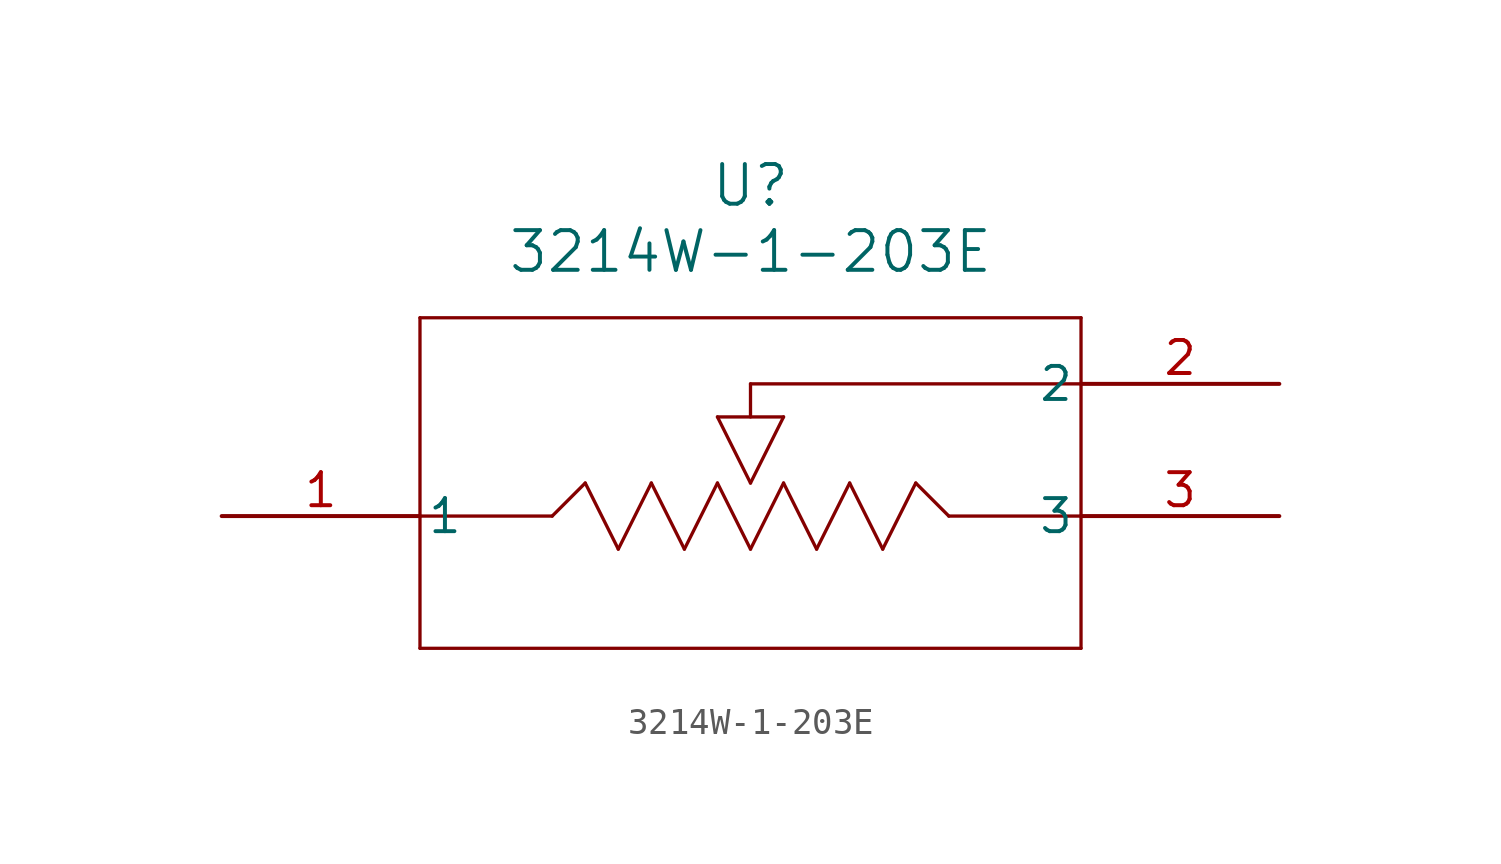
<source format=kicad_sym>
(kicad_symbol_lib
  (version 20220914)
  (generator kicad_symbol_editor)
  (symbol "3214W-1-203E"
    (pin_names
      (offset 0.254))
    (property "Reference" "U"
      (at 20.32 12.7 0)
      (effects (font (size 1.524 1.524))))
    (property "Value" "3214W-1-203E"
      (at 20.32 10.16 0)
      (effects (font (size 1.524 1.524))))
    (symbol "3214W-1-203E_0_1"
      (polyline (pts (xy 7.62 -5.08) (xy 33.02 -5.08)) (stroke (width 0.127) (type default)) (fill (type none)))
      (polyline (pts (xy 7.62 0) (xy 12.7 0)) (stroke (width 0.127) (type default)) (fill (type none)))
      (polyline (pts (xy 7.62 7.62) (xy 7.62 -5.08)) (stroke (width 0.127) (type default)) (fill (type none)))
      (polyline (pts (xy 12.7 0) (xy 13.97 1.27)) (stroke (width 0.127) (type default)) (fill (type none)))
      (polyline (pts (xy 13.97 1.27) (xy 15.24 -1.27)) (stroke (width 0.127) (type default)) (fill (type none)))
      (polyline (pts (xy 15.24 -1.27) (xy 16.51 1.27)) (stroke (width 0.127) (type default)) (fill (type none)))
      (polyline (pts (xy 16.51 1.27) (xy 17.78 -1.27)) (stroke (width 0.127) (type default)) (fill (type none)))
      (polyline (pts (xy 17.78 -1.27) (xy 19.05 1.27)) (stroke (width 0.127) (type default)) (fill (type none)))
      (polyline (pts (xy 19.05 1.27) (xy 20.32 -1.27)) (stroke (width 0.127) (type default)) (fill (type none)))
      (polyline (pts (xy 19.05 3.81) (xy 21.59 3.81)) (stroke (width 0.127) (type default)) (fill (type none)))
      (polyline (pts (xy 20.32 -1.27) (xy 21.59 1.27)) (stroke (width 0.127) (type default)) (fill (type none)))
      (polyline (pts (xy 20.32 1.27) (xy 19.05 3.81)) (stroke (width 0.127) (type default)) (fill (type none)))
      (polyline (pts (xy 20.32 3.81) (xy 20.32 5.08)) (stroke (width 0.127) (type default)) (fill (type none)))
      (polyline (pts (xy 20.32 5.08) (xy 33.02 5.08)) (stroke (width 0.127) (type default)) (fill (type none)))
      (polyline (pts (xy 21.59 1.27) (xy 22.86 -1.27)) (stroke (width 0.127) (type default)) (fill (type none)))
      (polyline (pts (xy 21.59 3.81) (xy 20.32 1.27)) (stroke (width 0.127) (type default)) (fill (type none)))
      (polyline (pts (xy 22.86 -1.27) (xy 24.13 1.27)) (stroke (width 0.127) (type default)) (fill (type none)))
      (polyline (pts (xy 24.13 1.27) (xy 25.4 -1.27)) (stroke (width 0.127) (type default)) (fill (type none)))
      (polyline (pts (xy 25.4 -1.27) (xy 26.67 1.27)) (stroke (width 0.127) (type default)) (fill (type none)))
      (polyline (pts (xy 26.67 1.27) (xy 27.94 0)) (stroke (width 0.127) (type default)) (fill (type none)))
      (polyline (pts (xy 33.02 -5.08) (xy 33.02 7.62)) (stroke (width 0.127) (type default)) (fill (type none)))
      (polyline (pts (xy 33.02 0) (xy 27.94 0)) (stroke (width 0.127) (type default)) (fill (type none)))
      (polyline (pts (xy 33.02 7.62) (xy 7.62 7.62)) (stroke (width 0.127) (type default)) (fill (type none)))
      (pin unspecified line (at 0 0 0) (length 7.62) (name "1" (effects (font (size 1.27 1.27)))) (number "1" (effects (font (size 1.27 1.27)))))
      (pin unspecified line (at 40.64 5.08 180) (length 7.62) (name "2" (effects (font (size 1.27 1.27)))) (number "2" (effects (font (size 1.27 1.27)))))
      (pin unspecified line (at 40.64 0 180) (length 7.62) (name "3" (effects (font (size 1.27 1.27)))) (number "3" (effects (font (size 1.27 1.27))))))))
</source>
